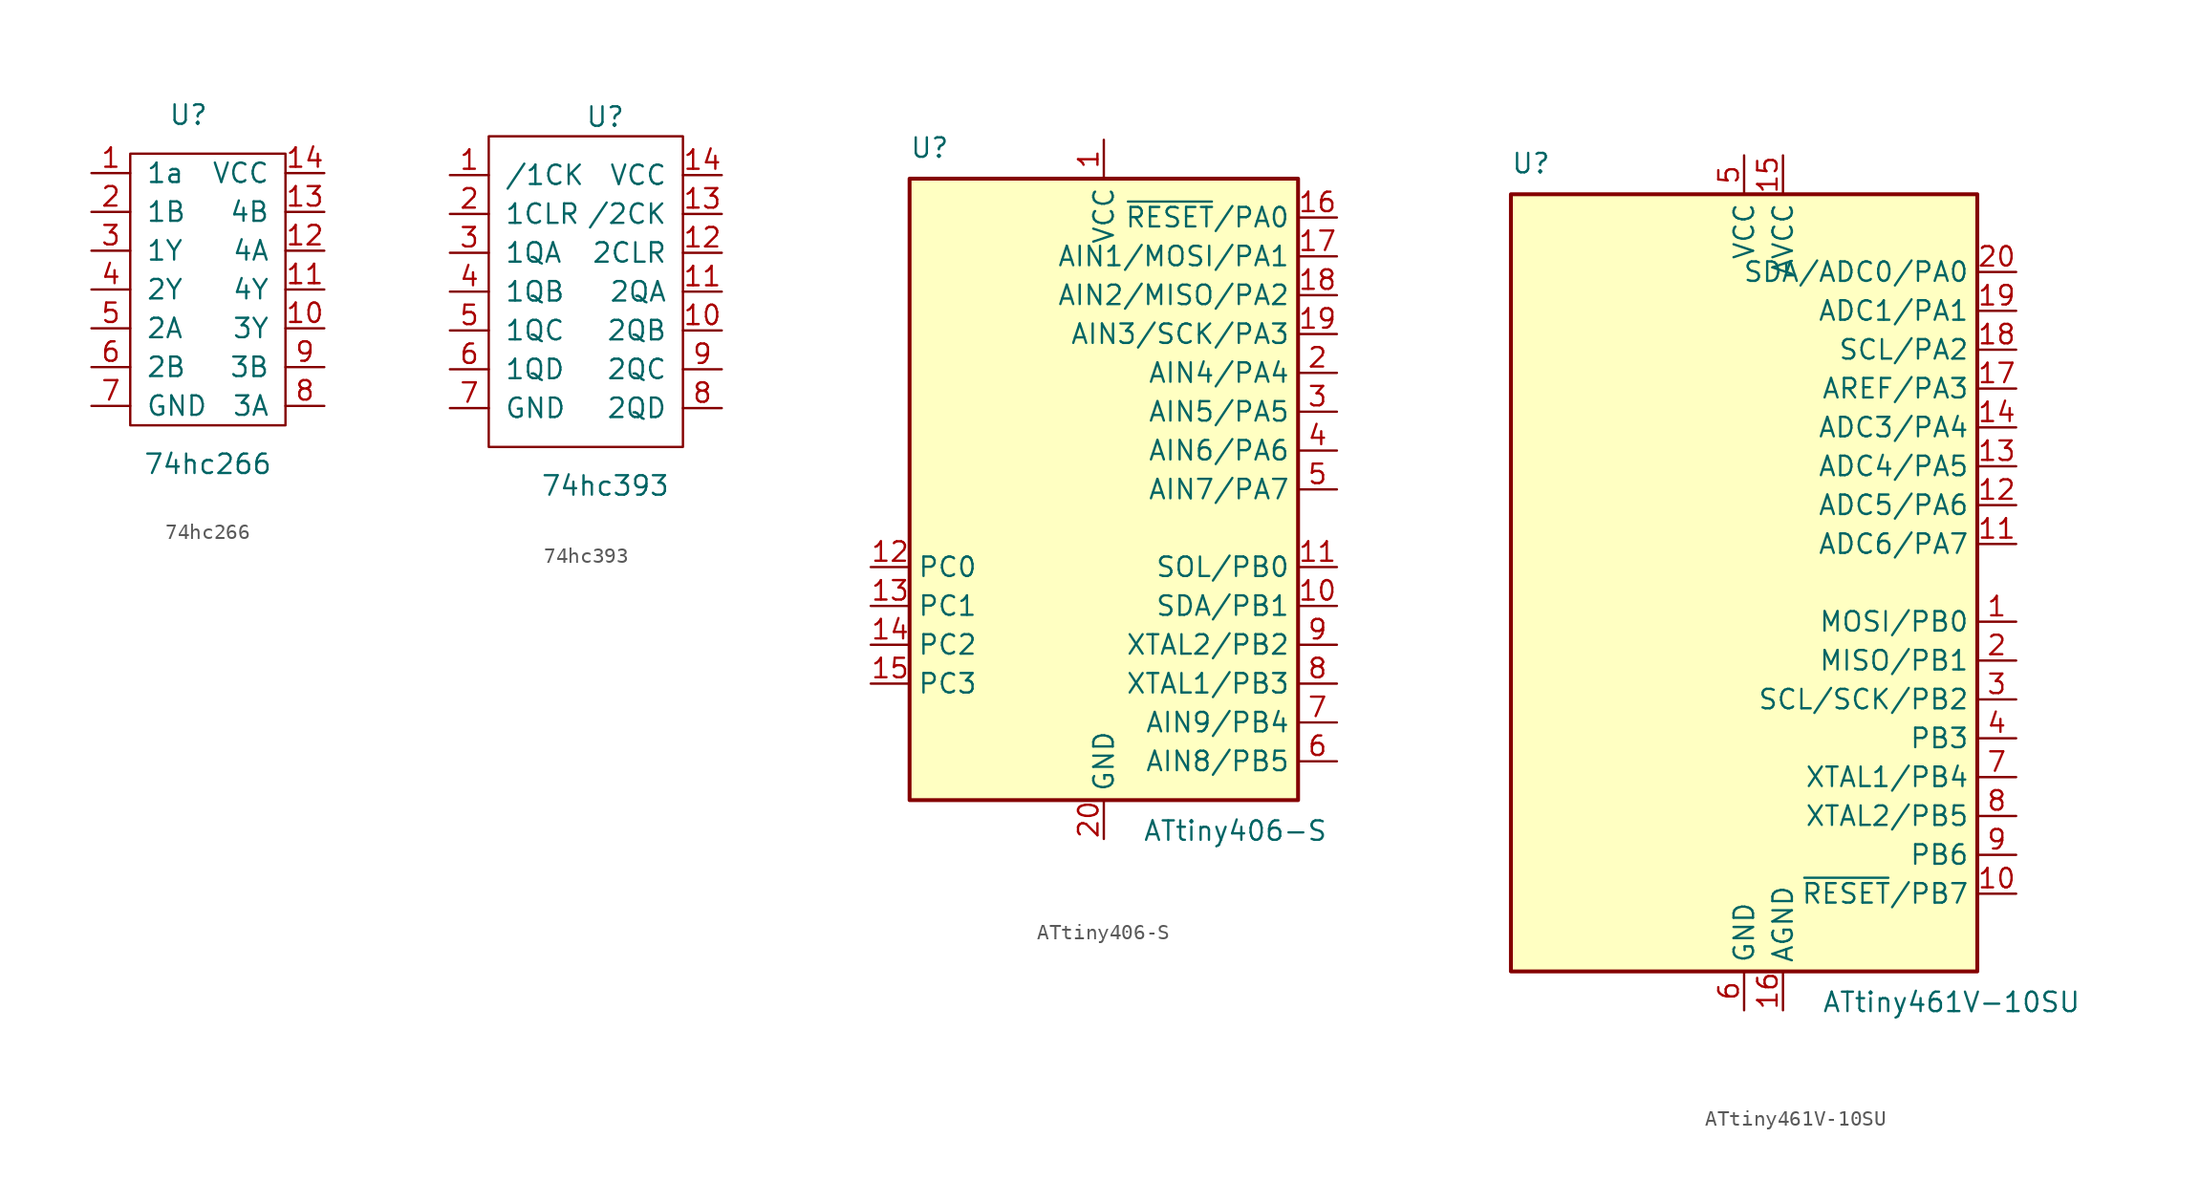
<source format=kicad_sym>
(kicad_symbol_lib
  (version 20211014)
  (generator kicad_symbol_editor)
  (symbol "74hc266"
    (pin_names
      (offset 1.016))
    (property "Reference" "U"
      (at 0 20.32 0)
      (effects (font (size 1.27 1.27))))
    (property "Value" "74hc266"
      (at 1.27 -2.54 0)
      (effects (font (size 1.27 1.27))))
    (symbol "74hc266_0_1"
      (rectangle (start -3.81 17.78) (end 6.35 0) (stroke (width 0) (type default) (color 0 0 0 0)) (fill (type none))))
    (symbol "74hc266_1_1"
      (pin input line (at -6.35 16.51 0) (length 2.54) (name "1a" (effects (font (size 1.27 1.27)))) (number "1" (effects (font (size 1.27 1.27)))))
      (pin output line (at 8.89 6.35 180) (length 2.54) (name "3Y" (effects (font (size 1.27 1.27)))) (number "10" (effects (font (size 1.27 1.27)))))
      (pin output line (at 8.89 8.89 180) (length 2.54) (name "4Y" (effects (font (size 1.27 1.27)))) (number "11" (effects (font (size 1.27 1.27)))))
      (pin input line (at 8.89 11.43 180) (length 2.54) (name "4A" (effects (font (size 1.27 1.27)))) (number "12" (effects (font (size 1.27 1.27)))))
      (pin input line (at 8.89 13.97 180) (length 2.54) (name "4B" (effects (font (size 1.27 1.27)))) (number "13" (effects (font (size 1.27 1.27)))))
      (pin power_in line (at 8.89 16.51 180) (length 2.54) (name "VCC" (effects (font (size 1.27 1.27)))) (number "14" (effects (font (size 1.27 1.27)))))
      (pin input line (at -6.35 13.97 0) (length 2.54) (name "1B" (effects (font (size 1.27 1.27)))) (number "2" (effects (font (size 1.27 1.27)))))
      (pin output line (at -6.35 11.43 0) (length 2.54) (name "1Y" (effects (font (size 1.27 1.27)))) (number "3" (effects (font (size 1.27 1.27)))))
      (pin output line (at -6.35 8.89 0) (length 2.54) (name "2Y" (effects (font (size 1.27 1.27)))) (number "4" (effects (font (size 1.27 1.27)))))
      (pin input line (at -6.35 6.35 0) (length 2.54) (name "2A" (effects (font (size 1.27 1.27)))) (number "5" (effects (font (size 1.27 1.27)))))
      (pin input line (at -6.35 3.81 0) (length 2.54) (name "2B" (effects (font (size 1.27 1.27)))) (number "6" (effects (font (size 1.27 1.27)))))
      (pin power_in line (at -6.35 1.27 0) (length 2.54) (name "GND" (effects (font (size 1.27 1.27)))) (number "7" (effects (font (size 1.27 1.27)))))
      (pin input line (at 8.89 1.27 180) (length 2.54) (name "3A" (effects (font (size 1.27 1.27)))) (number "8" (effects (font (size 1.27 1.27)))))
      (pin input line (at 8.89 3.81 180) (length 2.54) (name "3B" (effects (font (size 1.27 1.27)))) (number "9" (effects (font (size 1.27 1.27)))))))
  (symbol "74hc393"
    (pin_names
      (offset 1.016))
    (property "Reference" "U"
      (at 7.62 11.43 0)
      (effects (font (size 1.27 1.27))))
    (property "Value" "74hc393"
      (at 7.62 -12.7 0)
      (effects (font (size 1.27 1.27))))
    (symbol "74hc393_0_1"
      (rectangle (start 0 10.16) (end 12.7 -10.16) (stroke (width 0) (type default) (color 0 0 0 0)) (fill (type none))))
    (symbol "74hc393_1_1"
      (pin input line (at -2.54 7.62 0) (length 2.54) (name "/1CK" (effects (font (size 1.27 1.27)))) (number "1" (effects (font (size 1.27 1.27)))))
      (pin output line (at 15.24 -2.54 180) (length 2.54) (name "2QB" (effects (font (size 1.27 1.27)))) (number "10" (effects (font (size 1.27 1.27)))))
      (pin output line (at 15.24 0 180) (length 2.54) (name "2QA" (effects (font (size 1.27 1.27)))) (number "11" (effects (font (size 1.27 1.27)))))
      (pin input line (at 15.24 2.54 180) (length 2.54) (name "2CLR" (effects (font (size 1.27 1.27)))) (number "12" (effects (font (size 1.27 1.27)))))
      (pin input line (at 15.24 5.08 180) (length 2.54) (name "/2CK" (effects (font (size 1.27 1.27)))) (number "13" (effects (font (size 1.27 1.27)))))
      (pin power_in line (at 15.24 7.62 180) (length 2.54) (name "VCC" (effects (font (size 1.27 1.27)))) (number "14" (effects (font (size 1.27 1.27)))))
      (pin input line (at -2.54 5.08 0) (length 2.54) (name "1CLR" (effects (font (size 1.27 1.27)))) (number "2" (effects (font (size 1.27 1.27)))))
      (pin output line (at -2.54 2.54 0) (length 2.54) (name "1QA" (effects (font (size 1.27 1.27)))) (number "3" (effects (font (size 1.27 1.27)))))
      (pin output line (at -2.54 0 0) (length 2.54) (name "1QB" (effects (font (size 1.27 1.27)))) (number "4" (effects (font (size 1.27 1.27)))))
      (pin output line (at -2.54 -2.54 0) (length 2.54) (name "1QC" (effects (font (size 1.27 1.27)))) (number "5" (effects (font (size 1.27 1.27)))))
      (pin output line (at -2.54 -5.08 0) (length 2.54) (name "1QD" (effects (font (size 1.27 1.27)))) (number "6" (effects (font (size 1.27 1.27)))))
      (pin power_in line (at -2.54 -7.62 0) (length 2.54) (name "GND" (effects (font (size 1.27 1.27)))) (number "7" (effects (font (size 1.27 1.27)))))
      (pin output line (at 15.24 -7.62 180) (length 2.54) (name "2QD" (effects (font (size 1.27 1.27)))) (number "8" (effects (font (size 1.27 1.27)))))
      (pin output line (at 15.24 -5.08 180) (length 2.54) (name "2QC" (effects (font (size 1.27 1.27)))) (number "9" (effects (font (size 1.27 1.27)))))))
  (symbol "ATtiny406-S"
    (property "Reference" "U"
      (at -12.7 21.59 0)
      (effects (font (size 1.27 1.27)) (justify left bottom)))
    (property "Value" "ATtiny406-S"
      (at 2.54 -21.59 0)
      (effects (font (size 1.27 1.27)) (justify left top)))
    (symbol "ATtiny406-S_0_1"
      (rectangle (start -12.7 -20.32) (end 12.7 20.32) (stroke (width 0.254) (type default) (color 0 0 0 0)) (fill (type background))))
    (symbol "ATtiny406-S_1_1"
      (pin power_in line (at 0 22.86 270) (length 2.54) (name "VCC" (effects (font (size 1.27 1.27)))) (number "1" (effects (font (size 1.27 1.27)))))
      (pin bidirectional line (at 15.24 -7.62 180) (length 2.54) (name "SDA/PB1" (effects (font (size 1.27 1.27)))) (number "10" (effects (font (size 1.27 1.27)))))
      (pin bidirectional line (at 15.24 -5.08 180) (length 2.54) (name "SOL/PB0" (effects (font (size 1.27 1.27)))) (number "11" (effects (font (size 1.27 1.27)))))
      (pin bidirectional line (at -15.24 -5.08 0) (length 2.54) (name "PC0" (effects (font (size 1.27 1.27)))) (number "12" (effects (font (size 1.27 1.27)))))
      (pin bidirectional line (at -15.24 -7.62 0) (length 2.54) (name "PC1" (effects (font (size 1.27 1.27)))) (number "13" (effects (font (size 1.27 1.27)))))
      (pin bidirectional line (at -15.24 -10.16 0) (length 2.54) (name "PC2" (effects (font (size 1.27 1.27)))) (number "14" (effects (font (size 1.27 1.27)))))
      (pin bidirectional line (at -15.24 -12.7 0) (length 2.54) (name "PC3" (effects (font (size 1.27 1.27)))) (number "15" (effects (font (size 1.27 1.27)))))
      (pin bidirectional line (at 15.24 17.78 180) (length 2.54) (name "~{RESET}/PA0" (effects (font (size 1.27 1.27)))) (number "16" (effects (font (size 1.27 1.27)))))
      (pin bidirectional line (at 15.24 15.24 180) (length 2.54) (name "AIN1/MOSI/PA1" (effects (font (size 1.27 1.27)))) (number "17" (effects (font (size 1.27 1.27)))))
      (pin bidirectional line (at 15.24 12.7 180) (length 2.54) (name "AIN2/MISO/PA2" (effects (font (size 1.27 1.27)))) (number "18" (effects (font (size 1.27 1.27)))))
      (pin bidirectional line (at 15.24 10.16 180) (length 2.54) (name "AIN3/SCK/PA3" (effects (font (size 1.27 1.27)))) (number "19" (effects (font (size 1.27 1.27)))))
      (pin bidirectional line (at 15.24 7.62 180) (length 2.54) (name "AIN4/PA4" (effects (font (size 1.27 1.27)))) (number "2" (effects (font (size 1.27 1.27)))))
      (pin power_in line (at 0 -22.86 90) (length 2.54) (name "GND" (effects (font (size 1.27 1.27)))) (number "20" (effects (font (size 1.27 1.27)))))
      (pin bidirectional line (at 15.24 5.08 180) (length 2.54) (name "AIN5/PA5" (effects (font (size 1.27 1.27)))) (number "3" (effects (font (size 1.27 1.27)))))
      (pin bidirectional line (at 15.24 2.54 180) (length 2.54) (name "AIN6/PA6" (effects (font (size 1.27 1.27)))) (number "4" (effects (font (size 1.27 1.27)))))
      (pin bidirectional line (at 15.24 0 180) (length 2.54) (name "AIN7/PA7" (effects (font (size 1.27 1.27)))) (number "5" (effects (font (size 1.27 1.27)))))
      (pin bidirectional line (at 15.24 -17.78 180) (length 2.54) (name "AIN8/PB5" (effects (font (size 1.27 1.27)))) (number "6" (effects (font (size 1.27 1.27)))))
      (pin bidirectional line (at 15.24 -15.24 180) (length 2.54) (name "AIN9/PB4" (effects (font (size 1.27 1.27)))) (number "7" (effects (font (size 1.27 1.27)))))
      (pin bidirectional line (at 15.24 -12.7 180) (length 2.54) (name "XTAL1/PB3" (effects (font (size 1.27 1.27)))) (number "8" (effects (font (size 1.27 1.27)))))
      (pin bidirectional line (at 15.24 -10.16 180) (length 2.54) (name "XTAL2/PB2" (effects (font (size 1.27 1.27)))) (number "9" (effects (font (size 1.27 1.27)))))))
  (symbol "ATtiny461V-10SU"
    (property "Reference" "U"
      (at -15.24 26.67 0)
      (effects (font (size 1.27 1.27)) (justify left bottom)))
    (property "Value" "ATtiny461V-10SU"
      (at 5.08 -26.67 0)
      (effects (font (size 1.27 1.27)) (justify left top)))
    (symbol "ATtiny461V-10SU_0_1"
      (rectangle (start -15.24 -25.4) (end 15.24 25.4) (stroke (width 0.254) (type default) (color 0 0 0 0)) (fill (type background))))
    (symbol "ATtiny461V-10SU_1_1"
      (pin bidirectional line (at 17.78 -2.54 180) (length 2.54) (name "MOSI/PB0" (effects (font (size 1.27 1.27)))) (number "1" (effects (font (size 1.27 1.27)))))
      (pin bidirectional line (at 17.78 -20.32 180) (length 2.54) (name "~{RESET}/PB7" (effects (font (size 1.27 1.27)))) (number "10" (effects (font (size 1.27 1.27)))))
      (pin bidirectional line (at 17.78 2.54 180) (length 2.54) (name "ADC6/PA7" (effects (font (size 1.27 1.27)))) (number "11" (effects (font (size 1.27 1.27)))))
      (pin bidirectional line (at 17.78 5.08 180) (length 2.54) (name "ADC5/PA6" (effects (font (size 1.27 1.27)))) (number "12" (effects (font (size 1.27 1.27)))))
      (pin bidirectional line (at 17.78 7.62 180) (length 2.54) (name "ADC4/PA5" (effects (font (size 1.27 1.27)))) (number "13" (effects (font (size 1.27 1.27)))))
      (pin bidirectional line (at 17.78 10.16 180) (length 2.54) (name "ADC3/PA4" (effects (font (size 1.27 1.27)))) (number "14" (effects (font (size 1.27 1.27)))))
      (pin power_in line (at 2.54 27.94 270) (length 2.54) (name "AVCC" (effects (font (size 1.27 1.27)))) (number "15" (effects (font (size 1.27 1.27)))))
      (pin power_in line (at 2.54 -27.94 90) (length 2.54) (name "AGND" (effects (font (size 1.27 1.27)))) (number "16" (effects (font (size 1.27 1.27)))))
      (pin bidirectional line (at 17.78 12.7 180) (length 2.54) (name "AREF/PA3" (effects (font (size 1.27 1.27)))) (number "17" (effects (font (size 1.27 1.27)))))
      (pin bidirectional line (at 17.78 15.24 180) (length 2.54) (name "SCL/PA2" (effects (font (size 1.27 1.27)))) (number "18" (effects (font (size 1.27 1.27)))))
      (pin bidirectional line (at 17.78 17.78 180) (length 2.54) (name "ADC1/PA1" (effects (font (size 1.27 1.27)))) (number "19" (effects (font (size 1.27 1.27)))))
      (pin bidirectional line (at 17.78 -5.08 180) (length 2.54) (name "MISO/PB1" (effects (font (size 1.27 1.27)))) (number "2" (effects (font (size 1.27 1.27)))))
      (pin bidirectional line (at 17.78 20.32 180) (length 2.54) (name "SDA/ADC0/PA0" (effects (font (size 1.27 1.27)))) (number "20" (effects (font (size 1.27 1.27)))))
      (pin bidirectional line (at 17.78 -7.62 180) (length 2.54) (name "SCL/SCK/PB2" (effects (font (size 1.27 1.27)))) (number "3" (effects (font (size 1.27 1.27)))))
      (pin bidirectional line (at 17.78 -10.16 180) (length 2.54) (name "PB3" (effects (font (size 1.27 1.27)))) (number "4" (effects (font (size 1.27 1.27)))))
      (pin power_in line (at 0 27.94 270) (length 2.54) (name "VCC" (effects (font (size 1.27 1.27)))) (number "5" (effects (font (size 1.27 1.27)))))
      (pin power_in line (at 0 -27.94 90) (length 2.54) (name "GND" (effects (font (size 1.27 1.27)))) (number "6" (effects (font (size 1.27 1.27)))))
      (pin bidirectional line (at 17.78 -12.7 180) (length 2.54) (name "XTAL1/PB4" (effects (font (size 1.27 1.27)))) (number "7" (effects (font (size 1.27 1.27)))))
      (pin bidirectional line (at 17.78 -15.24 180) (length 2.54) (name "XTAL2/PB5" (effects (font (size 1.27 1.27)))) (number "8" (effects (font (size 1.27 1.27)))))
      (pin bidirectional line (at 17.78 -17.78 180) (length 2.54) (name "PB6" (effects (font (size 1.27 1.27)))) (number "9" (effects (font (size 1.27 1.27))))))))
</source>
